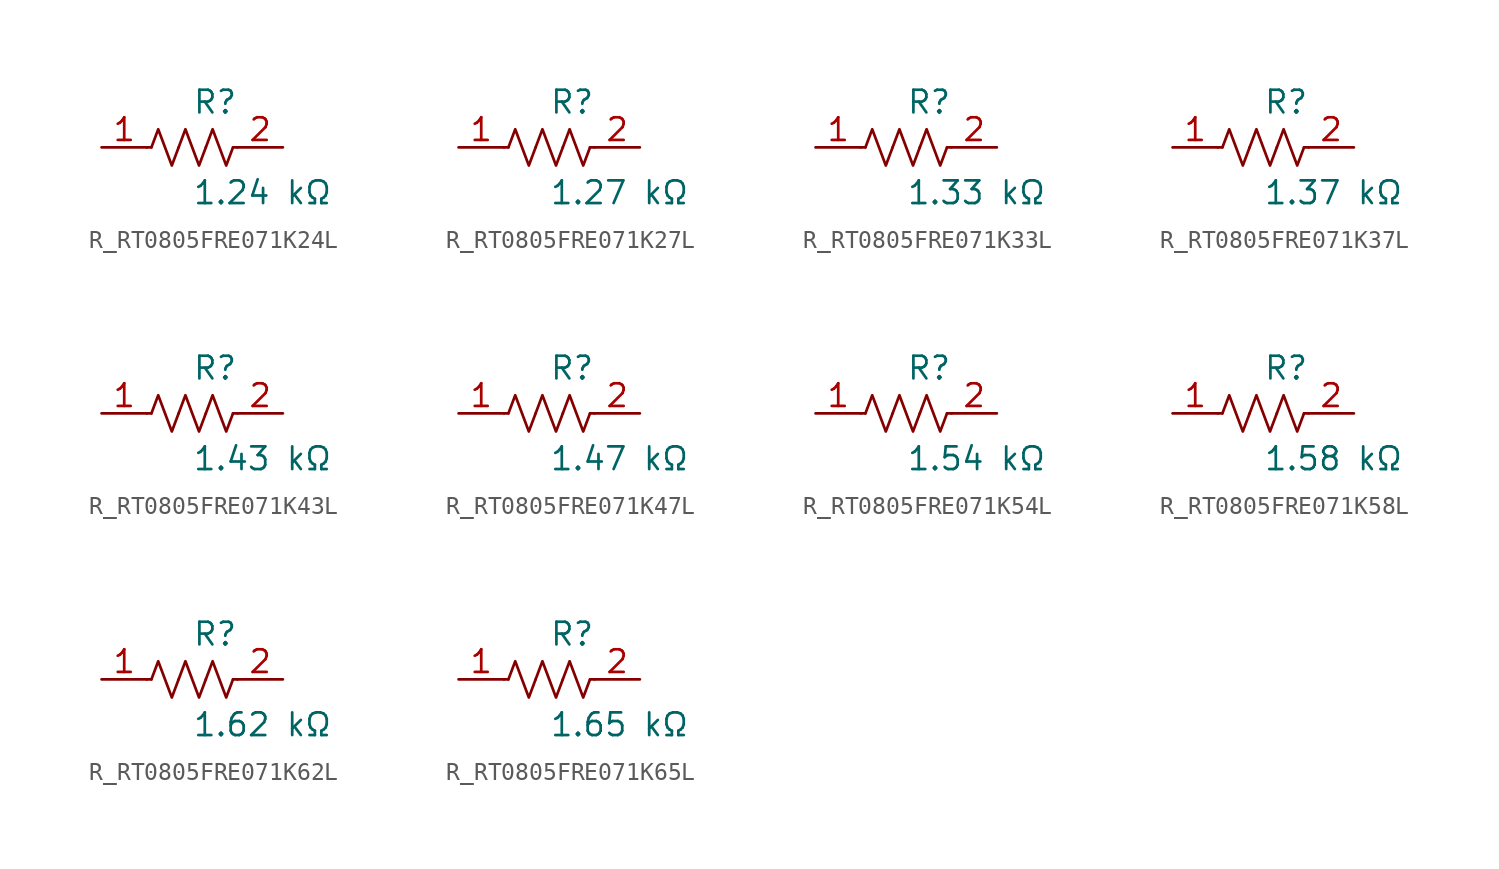
<source format=kicad_sym>
(kicad_symbol_lib
  (version 20231120)
  (generator kicad_symbol_editor)
  (generator_version 8.0)
  (symbol "R_RT0805FRE071K24L"
    (pin_names
      (offset 0.254))
    (property "Reference" "R"
      (at 0.0 2.54 0)
      (effects (font (size 1.27 1.27)) (justify left)))
    (property "Value" "1.24 kΩ"
      (at 0.0 -2.54 0)
      (effects (font (size 1.27 1.27)) (justify left)))
    (symbol "R_RT0805FRE071K24L_0_1"
      (polyline (pts (xy 2.286 0) (xy 2.54 0)) (stroke (width 0) (type default)) (fill (type none)))
      (polyline (pts (xy -2.286 0) (xy -2.54 0)) (stroke (width 0) (type default)) (fill (type none)))
      (polyline (pts (xy 0.762 0) (xy 1.143 1.016) (xy 1.524 0) (xy 1.905 -1.016) (xy 2.286 0)) (stroke (width 0) (type default)) (fill (type none)))
      (polyline (pts (xy -0.762 0) (xy -0.381 1.016) (xy 0 0) (xy 0.381 -1.016) (xy 0.762 0)) (stroke (width 0) (type default)) (fill (type none)))
      (polyline (pts (xy -2.286 0) (xy -1.905 1.016) (xy -1.524 0) (xy -1.143 -1.016) (xy -0.762 0)) (stroke (width 0) (type default)) (fill (type none))))
    (pin unspecified line
      (at -5.08 0 0)
      (length 2.54)
      (name "" (effects (font (size 1.27 1.27))))
      (number "1" (effects (font (size 1.27 1.27)))))
    (pin unspecified line
      (at 5.08 0 180)
      (length 2.54)
      (name "" (effects (font (size 1.27 1.27))))
      (number "2" (effects (font (size 1.27 1.27))))))
  (symbol "R_RT0805FRE071K27L"
    (pin_names
      (offset 0.254))
    (property "Reference" "R"
      (at 0.0 2.54 0)
      (effects (font (size 1.27 1.27)) (justify left)))
    (property "Value" "1.27 kΩ"
      (at 0.0 -2.54 0)
      (effects (font (size 1.27 1.27)) (justify left)))
    (symbol "R_RT0805FRE071K27L_0_1"
      (polyline (pts (xy 2.286 0) (xy 2.54 0)) (stroke (width 0) (type default)) (fill (type none)))
      (polyline (pts (xy -2.286 0) (xy -2.54 0)) (stroke (width 0) (type default)) (fill (type none)))
      (polyline (pts (xy 0.762 0) (xy 1.143 1.016) (xy 1.524 0) (xy 1.905 -1.016) (xy 2.286 0)) (stroke (width 0) (type default)) (fill (type none)))
      (polyline (pts (xy -0.762 0) (xy -0.381 1.016) (xy 0 0) (xy 0.381 -1.016) (xy 0.762 0)) (stroke (width 0) (type default)) (fill (type none)))
      (polyline (pts (xy -2.286 0) (xy -1.905 1.016) (xy -1.524 0) (xy -1.143 -1.016) (xy -0.762 0)) (stroke (width 0) (type default)) (fill (type none))))
    (pin unspecified line
      (at -5.08 0 0)
      (length 2.54)
      (name "" (effects (font (size 1.27 1.27))))
      (number "1" (effects (font (size 1.27 1.27)))))
    (pin unspecified line
      (at 5.08 0 180)
      (length 2.54)
      (name "" (effects (font (size 1.27 1.27))))
      (number "2" (effects (font (size 1.27 1.27))))))
  (symbol "R_RT0805FRE071K33L"
    (pin_names
      (offset 0.254))
    (property "Reference" "R"
      (at 0.0 2.54 0)
      (effects (font (size 1.27 1.27)) (justify left)))
    (property "Value" "1.33 kΩ"
      (at 0.0 -2.54 0)
      (effects (font (size 1.27 1.27)) (justify left)))
    (symbol "R_RT0805FRE071K33L_0_1"
      (polyline (pts (xy 2.286 0) (xy 2.54 0)) (stroke (width 0) (type default)) (fill (type none)))
      (polyline (pts (xy -2.286 0) (xy -2.54 0)) (stroke (width 0) (type default)) (fill (type none)))
      (polyline (pts (xy 0.762 0) (xy 1.143 1.016) (xy 1.524 0) (xy 1.905 -1.016) (xy 2.286 0)) (stroke (width 0) (type default)) (fill (type none)))
      (polyline (pts (xy -0.762 0) (xy -0.381 1.016) (xy 0 0) (xy 0.381 -1.016) (xy 0.762 0)) (stroke (width 0) (type default)) (fill (type none)))
      (polyline (pts (xy -2.286 0) (xy -1.905 1.016) (xy -1.524 0) (xy -1.143 -1.016) (xy -0.762 0)) (stroke (width 0) (type default)) (fill (type none))))
    (pin unspecified line
      (at -5.08 0 0)
      (length 2.54)
      (name "" (effects (font (size 1.27 1.27))))
      (number "1" (effects (font (size 1.27 1.27)))))
    (pin unspecified line
      (at 5.08 0 180)
      (length 2.54)
      (name "" (effects (font (size 1.27 1.27))))
      (number "2" (effects (font (size 1.27 1.27))))))
  (symbol "R_RT0805FRE071K37L"
    (pin_names
      (offset 0.254))
    (property "Reference" "R"
      (at 0.0 2.54 0)
      (effects (font (size 1.27 1.27)) (justify left)))
    (property "Value" "1.37 kΩ"
      (at 0.0 -2.54 0)
      (effects (font (size 1.27 1.27)) (justify left)))
    (symbol "R_RT0805FRE071K37L_0_1"
      (polyline (pts (xy 2.286 0) (xy 2.54 0)) (stroke (width 0) (type default)) (fill (type none)))
      (polyline (pts (xy -2.286 0) (xy -2.54 0)) (stroke (width 0) (type default)) (fill (type none)))
      (polyline (pts (xy 0.762 0) (xy 1.143 1.016) (xy 1.524 0) (xy 1.905 -1.016) (xy 2.286 0)) (stroke (width 0) (type default)) (fill (type none)))
      (polyline (pts (xy -0.762 0) (xy -0.381 1.016) (xy 0 0) (xy 0.381 -1.016) (xy 0.762 0)) (stroke (width 0) (type default)) (fill (type none)))
      (polyline (pts (xy -2.286 0) (xy -1.905 1.016) (xy -1.524 0) (xy -1.143 -1.016) (xy -0.762 0)) (stroke (width 0) (type default)) (fill (type none))))
    (pin unspecified line
      (at -5.08 0 0)
      (length 2.54)
      (name "" (effects (font (size 1.27 1.27))))
      (number "1" (effects (font (size 1.27 1.27)))))
    (pin unspecified line
      (at 5.08 0 180)
      (length 2.54)
      (name "" (effects (font (size 1.27 1.27))))
      (number "2" (effects (font (size 1.27 1.27))))))
  (symbol "R_RT0805FRE071K43L"
    (pin_names
      (offset 0.254))
    (property "Reference" "R"
      (at 0.0 2.54 0)
      (effects (font (size 1.27 1.27)) (justify left)))
    (property "Value" "1.43 kΩ"
      (at 0.0 -2.54 0)
      (effects (font (size 1.27 1.27)) (justify left)))
    (symbol "R_RT0805FRE071K43L_0_1"
      (polyline (pts (xy 2.286 0) (xy 2.54 0)) (stroke (width 0) (type default)) (fill (type none)))
      (polyline (pts (xy -2.286 0) (xy -2.54 0)) (stroke (width 0) (type default)) (fill (type none)))
      (polyline (pts (xy 0.762 0) (xy 1.143 1.016) (xy 1.524 0) (xy 1.905 -1.016) (xy 2.286 0)) (stroke (width 0) (type default)) (fill (type none)))
      (polyline (pts (xy -0.762 0) (xy -0.381 1.016) (xy 0 0) (xy 0.381 -1.016) (xy 0.762 0)) (stroke (width 0) (type default)) (fill (type none)))
      (polyline (pts (xy -2.286 0) (xy -1.905 1.016) (xy -1.524 0) (xy -1.143 -1.016) (xy -0.762 0)) (stroke (width 0) (type default)) (fill (type none))))
    (pin unspecified line
      (at -5.08 0 0)
      (length 2.54)
      (name "" (effects (font (size 1.27 1.27))))
      (number "1" (effects (font (size 1.27 1.27)))))
    (pin unspecified line
      (at 5.08 0 180)
      (length 2.54)
      (name "" (effects (font (size 1.27 1.27))))
      (number "2" (effects (font (size 1.27 1.27))))))
  (symbol "R_RT0805FRE071K47L"
    (pin_names
      (offset 0.254))
    (property "Reference" "R"
      (at 0.0 2.54 0)
      (effects (font (size 1.27 1.27)) (justify left)))
    (property "Value" "1.47 kΩ"
      (at 0.0 -2.54 0)
      (effects (font (size 1.27 1.27)) (justify left)))
    (symbol "R_RT0805FRE071K47L_0_1"
      (polyline (pts (xy 2.286 0) (xy 2.54 0)) (stroke (width 0) (type default)) (fill (type none)))
      (polyline (pts (xy -2.286 0) (xy -2.54 0)) (stroke (width 0) (type default)) (fill (type none)))
      (polyline (pts (xy 0.762 0) (xy 1.143 1.016) (xy 1.524 0) (xy 1.905 -1.016) (xy 2.286 0)) (stroke (width 0) (type default)) (fill (type none)))
      (polyline (pts (xy -0.762 0) (xy -0.381 1.016) (xy 0 0) (xy 0.381 -1.016) (xy 0.762 0)) (stroke (width 0) (type default)) (fill (type none)))
      (polyline (pts (xy -2.286 0) (xy -1.905 1.016) (xy -1.524 0) (xy -1.143 -1.016) (xy -0.762 0)) (stroke (width 0) (type default)) (fill (type none))))
    (pin unspecified line
      (at -5.08 0 0)
      (length 2.54)
      (name "" (effects (font (size 1.27 1.27))))
      (number "1" (effects (font (size 1.27 1.27)))))
    (pin unspecified line
      (at 5.08 0 180)
      (length 2.54)
      (name "" (effects (font (size 1.27 1.27))))
      (number "2" (effects (font (size 1.27 1.27))))))
  (symbol "R_RT0805FRE071K54L"
    (pin_names
      (offset 0.254))
    (property "Reference" "R"
      (at 0.0 2.54 0)
      (effects (font (size 1.27 1.27)) (justify left)))
    (property "Value" "1.54 kΩ"
      (at 0.0 -2.54 0)
      (effects (font (size 1.27 1.27)) (justify left)))
    (symbol "R_RT0805FRE071K54L_0_1"
      (polyline (pts (xy 2.286 0) (xy 2.54 0)) (stroke (width 0) (type default)) (fill (type none)))
      (polyline (pts (xy -2.286 0) (xy -2.54 0)) (stroke (width 0) (type default)) (fill (type none)))
      (polyline (pts (xy 0.762 0) (xy 1.143 1.016) (xy 1.524 0) (xy 1.905 -1.016) (xy 2.286 0)) (stroke (width 0) (type default)) (fill (type none)))
      (polyline (pts (xy -0.762 0) (xy -0.381 1.016) (xy 0 0) (xy 0.381 -1.016) (xy 0.762 0)) (stroke (width 0) (type default)) (fill (type none)))
      (polyline (pts (xy -2.286 0) (xy -1.905 1.016) (xy -1.524 0) (xy -1.143 -1.016) (xy -0.762 0)) (stroke (width 0) (type default)) (fill (type none))))
    (pin unspecified line
      (at -5.08 0 0)
      (length 2.54)
      (name "" (effects (font (size 1.27 1.27))))
      (number "1" (effects (font (size 1.27 1.27)))))
    (pin unspecified line
      (at 5.08 0 180)
      (length 2.54)
      (name "" (effects (font (size 1.27 1.27))))
      (number "2" (effects (font (size 1.27 1.27))))))
  (symbol "R_RT0805FRE071K58L"
    (pin_names
      (offset 0.254))
    (property "Reference" "R"
      (at 0.0 2.54 0)
      (effects (font (size 1.27 1.27)) (justify left)))
    (property "Value" "1.58 kΩ"
      (at 0.0 -2.54 0)
      (effects (font (size 1.27 1.27)) (justify left)))
    (symbol "R_RT0805FRE071K58L_0_1"
      (polyline (pts (xy 2.286 0) (xy 2.54 0)) (stroke (width 0) (type default)) (fill (type none)))
      (polyline (pts (xy -2.286 0) (xy -2.54 0)) (stroke (width 0) (type default)) (fill (type none)))
      (polyline (pts (xy 0.762 0) (xy 1.143 1.016) (xy 1.524 0) (xy 1.905 -1.016) (xy 2.286 0)) (stroke (width 0) (type default)) (fill (type none)))
      (polyline (pts (xy -0.762 0) (xy -0.381 1.016) (xy 0 0) (xy 0.381 -1.016) (xy 0.762 0)) (stroke (width 0) (type default)) (fill (type none)))
      (polyline (pts (xy -2.286 0) (xy -1.905 1.016) (xy -1.524 0) (xy -1.143 -1.016) (xy -0.762 0)) (stroke (width 0) (type default)) (fill (type none))))
    (pin unspecified line
      (at -5.08 0 0)
      (length 2.54)
      (name "" (effects (font (size 1.27 1.27))))
      (number "1" (effects (font (size 1.27 1.27)))))
    (pin unspecified line
      (at 5.08 0 180)
      (length 2.54)
      (name "" (effects (font (size 1.27 1.27))))
      (number "2" (effects (font (size 1.27 1.27))))))
  (symbol "R_RT0805FRE071K62L"
    (pin_names
      (offset 0.254))
    (property "Reference" "R"
      (at 0.0 2.54 0)
      (effects (font (size 1.27 1.27)) (justify left)))
    (property "Value" "1.62 kΩ"
      (at 0.0 -2.54 0)
      (effects (font (size 1.27 1.27)) (justify left)))
    (symbol "R_RT0805FRE071K62L_0_1"
      (polyline (pts (xy 2.286 0) (xy 2.54 0)) (stroke (width 0) (type default)) (fill (type none)))
      (polyline (pts (xy -2.286 0) (xy -2.54 0)) (stroke (width 0) (type default)) (fill (type none)))
      (polyline (pts (xy 0.762 0) (xy 1.143 1.016) (xy 1.524 0) (xy 1.905 -1.016) (xy 2.286 0)) (stroke (width 0) (type default)) (fill (type none)))
      (polyline (pts (xy -0.762 0) (xy -0.381 1.016) (xy 0 0) (xy 0.381 -1.016) (xy 0.762 0)) (stroke (width 0) (type default)) (fill (type none)))
      (polyline (pts (xy -2.286 0) (xy -1.905 1.016) (xy -1.524 0) (xy -1.143 -1.016) (xy -0.762 0)) (stroke (width 0) (type default)) (fill (type none))))
    (pin unspecified line
      (at -5.08 0 0)
      (length 2.54)
      (name "" (effects (font (size 1.27 1.27))))
      (number "1" (effects (font (size 1.27 1.27)))))
    (pin unspecified line
      (at 5.08 0 180)
      (length 2.54)
      (name "" (effects (font (size 1.27 1.27))))
      (number "2" (effects (font (size 1.27 1.27))))))
  (symbol "R_RT0805FRE071K65L"
    (pin_names
      (offset 0.254))
    (property "Reference" "R"
      (at 0.0 2.54 0)
      (effects (font (size 1.27 1.27)) (justify left)))
    (property "Value" "1.65 kΩ"
      (at 0.0 -2.54 0)
      (effects (font (size 1.27 1.27)) (justify left)))
    (symbol "R_RT0805FRE071K65L_0_1"
      (polyline (pts (xy 2.286 0) (xy 2.54 0)) (stroke (width 0) (type default)) (fill (type none)))
      (polyline (pts (xy -2.286 0) (xy -2.54 0)) (stroke (width 0) (type default)) (fill (type none)))
      (polyline (pts (xy 0.762 0) (xy 1.143 1.016) (xy 1.524 0) (xy 1.905 -1.016) (xy 2.286 0)) (stroke (width 0) (type default)) (fill (type none)))
      (polyline (pts (xy -0.762 0) (xy -0.381 1.016) (xy 0 0) (xy 0.381 -1.016) (xy 0.762 0)) (stroke (width 0) (type default)) (fill (type none)))
      (polyline (pts (xy -2.286 0) (xy -1.905 1.016) (xy -1.524 0) (xy -1.143 -1.016) (xy -0.762 0)) (stroke (width 0) (type default)) (fill (type none))))
    (pin unspecified line
      (at -5.08 0 0)
      (length 2.54)
      (name "" (effects (font (size 1.27 1.27))))
      (number "1" (effects (font (size 1.27 1.27)))))
    (pin unspecified line
      (at 5.08 0 180)
      (length 2.54)
      (name "" (effects (font (size 1.27 1.27))))
      (number "2" (effects (font (size 1.27 1.27)))))))
</source>
